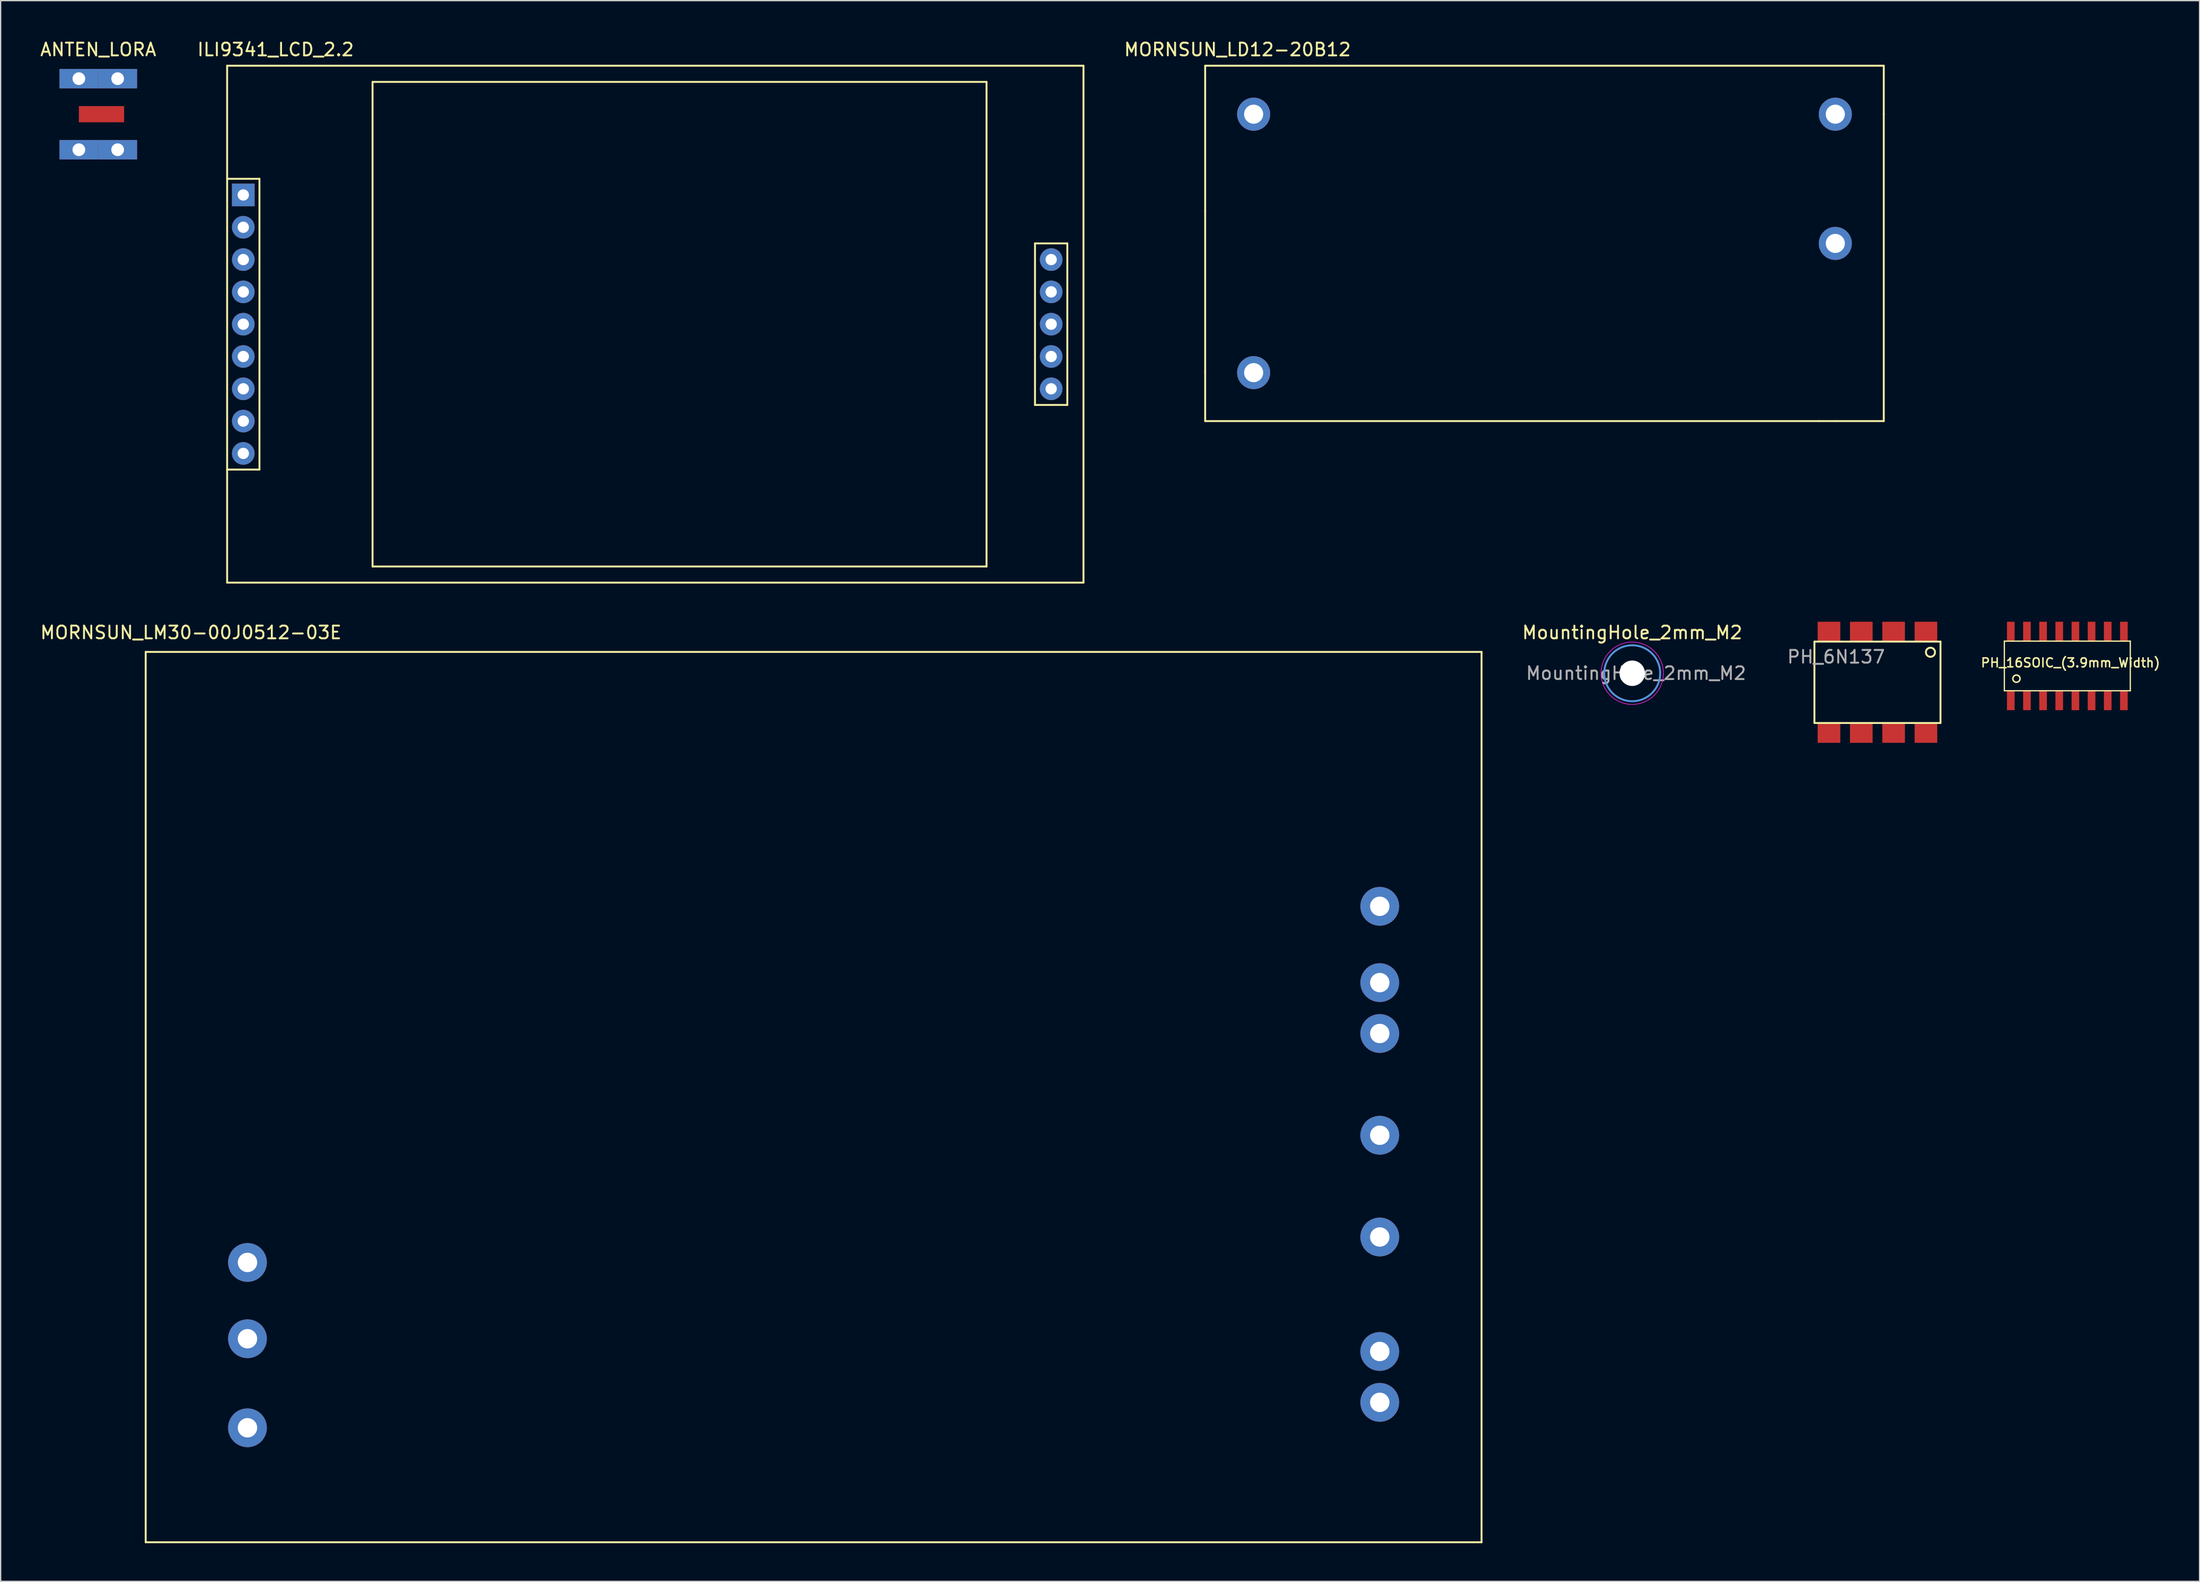
<source format=kicad_pcb>
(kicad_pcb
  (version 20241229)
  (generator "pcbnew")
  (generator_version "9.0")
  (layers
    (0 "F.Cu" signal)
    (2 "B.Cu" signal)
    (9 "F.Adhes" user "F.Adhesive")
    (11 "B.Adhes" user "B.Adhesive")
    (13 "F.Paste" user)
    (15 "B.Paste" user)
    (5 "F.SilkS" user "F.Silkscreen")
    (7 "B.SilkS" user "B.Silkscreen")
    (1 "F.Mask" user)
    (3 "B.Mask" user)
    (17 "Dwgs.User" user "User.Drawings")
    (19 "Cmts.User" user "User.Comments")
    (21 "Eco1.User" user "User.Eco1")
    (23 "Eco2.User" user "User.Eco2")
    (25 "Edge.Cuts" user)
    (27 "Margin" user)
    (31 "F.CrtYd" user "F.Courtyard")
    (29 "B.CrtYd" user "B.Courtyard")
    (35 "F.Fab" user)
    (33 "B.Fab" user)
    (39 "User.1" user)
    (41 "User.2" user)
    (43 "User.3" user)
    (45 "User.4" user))
  (footprint "ANTEN_LORA"
    (layer "F.Cu")
    (at 4.927 5.928)
    (property "Reference" "ANTEN_LORA" (at -0.254 -5.08 0) (layer "F.SilkS") (effects (font (size 1 1) (thickness 0.15))))
    (attr through_hole)
    (pad "1" smd rect (at 0 0) (size 3.556 1.27) (layers "F.Cu" "F.Mask" "F.Paste"))
    (pad "2" thru_hole rect (at -1.778 -2.794) (size 3.048 1.524) (drill 1) (layers "*.Cu" "*.Mask"))
    (pad "2" thru_hole rect (at -1.778 2.794) (size 3.048 1.524) (drill 1) (layers "*.Cu" "*.Mask"))
    (pad "2" thru_hole rect (at 1.27 -2.794) (size 3.048 1.524) (drill 1) (layers "*.Cu" "*.Mask"))
    (pad "2" thru_hole rect (at 1.27 2.794) (size 3.048 1.524) (drill 1) (layers "*.Cu" "*.Mask")))
  (footprint "MountingHole_2mm_M2"
    (layer "F.Cu")
    (at 125.245 49.882)
    (property "Reference" "MountingHole_2mm_M2" (at 0 -3.2 0) (layer "F.SilkS") (effects (font (size 1 1) (thickness 0.15))))
    (attr exclude_from_pos_files exclude_from_bom)
    (fp_circle (center 0 0) (end 2.2 0) (stroke (width 0.15) (type solid)) (fill no) (layer "Cmts.User"))
    (fp_circle (center 0 0) (end 2.45 0) (stroke (width 0.05) (type solid)) (fill no) (layer "F.CrtYd"))
    (fp_text user "${REFERENCE}" (at 0.3 0 0) (layer "F.Fab") (effects (font (size 1 1) (thickness 0.15))))
    (pad "" np_thru_hole circle (at 0 0) (size 2 2) (drill 2) (layers "*.Cu" "*.Mask")))
  (footprint "MORNSUN_LD12-20B12"
    (layer "F.Cu")
    (at 103.108 8.468)
    (property "Reference" "MORNSUN_LD12-20B12" (at -8.89 -7.62 0) (layer "F.SilkS") (effects (font (size 1 1) (thickness 0.15))))
    (attr through_hole)
    (fp_line (start -11.43 -6.35) (end -11.43 5.08) (stroke (width 0.15) (type solid)) (layer "F.SilkS"))
    (fp_line (start -11.43 5.08) (end -11.43 17.78) (stroke (width 0.15) (type solid)) (layer "F.SilkS"))
    (fp_line (start -11.43 17.78) (end -11.43 21.59) (stroke (width 0.15) (type solid)) (layer "F.SilkS"))
    (fp_line (start -11.43 21.59) (end 36.83 21.59) (stroke (width 0.15) (type solid)) (layer "F.SilkS"))
    (fp_line (start 36.83 21.59) (end 38.1 21.59) (stroke (width 0.15) (type solid)) (layer "F.SilkS"))
    (fp_line (start 38.1 21.59) (end 41.91 21.59) (stroke (width 0.15) (type solid)) (layer "F.SilkS"))
    (fp_line (start 41.91 -6.35) (end -11.43 -6.35) (stroke (width 0.15) (type solid)) (layer "F.SilkS"))
    (fp_line (start 41.91 -2.54) (end 41.91 -6.35) (stroke (width 0.15) (type solid)) (layer "F.SilkS"))
    (fp_line (start 41.91 21.59) (end 41.91 -2.54) (stroke (width 0.15) (type solid)) (layer "F.SilkS"))
    (pad "1" thru_hole circle (at -7.62 -2.54) (size 2.6 2.6) (drill 1.5) (layers "*.Cu" "*.Mask"))
    (pad "2" thru_hole circle (at -7.62 17.78) (size 2.6 2.6) (drill 1.5) (layers "*.Cu" "*.Mask"))
    (pad "3" thru_hole circle (at 38.1 -2.54) (size 2.6 2.6) (drill 1.5) (layers "*.Cu" "*.Mask"))
    (pad "4" thru_hole circle (at 38.1 7.62) (size 2.6 2.6) (drill 1.5) (layers "*.Cu" "*.Mask")))
  (footprint "PH_6N137"
    (layer "F.Cu")
    (at 144.521 50.593)
    (property "Reference" "PH_6N137" (at -3.25 -2 0) (layer "F.Fab") (effects (font (size 1 1) (thickness 0.15))))
    (attr through_hole)
    (fp_line (start -4.955 -3.2) (end 4.955 -3.2) (stroke (width 0.15) (type solid)) (layer "F.SilkS"))
    (fp_line (start -4.955 3.2) (end -4.955 -3.2) (stroke (width 0.15) (type solid)) (layer "F.SilkS"))
    (fp_line (start 4.955 -3.2) (end 4.955 3.2) (stroke (width 0.15) (type solid)) (layer "F.SilkS"))
    (fp_line (start 4.955 3.2) (end -4.955 3.2) (stroke (width 0.15) (type solid)) (layer "F.SilkS"))
    (fp_circle (center 4.166 -2.362) (end 4.42 -2.108) (stroke (width 0.15) (type solid)) (fill no) (layer "F.SilkS"))
    (pad "1" smd rect (at 3.81 -4) (size 1.78 1.52) (layers "F.Cu" "F.Mask" "F.Paste"))
    (pad "2" smd rect (at 1.27 -4) (size 1.78 1.52) (layers "F.Cu" "F.Mask" "F.Paste"))
    (pad "3" smd rect (at -1.27 -4) (size 1.78 1.52) (layers "F.Cu" "F.Mask" "F.Paste"))
    (pad "4" smd rect (at -3.81 -4) (size 1.78 1.52) (layers "F.Cu" "F.Mask" "F.Paste"))
    (pad "5" smd rect (at -3.81 4) (size 1.78 1.52) (layers "F.Cu" "F.Mask" "F.Paste"))
    (pad "6" smd rect (at -1.27 4) (size 1.78 1.52) (layers "F.Cu" "F.Mask" "F.Paste"))
    (pad "7" smd rect (at 1.27 4) (size 1.78 1.52) (layers "F.Cu" "F.Mask" "F.Paste"))
    (pad "8" smd rect (at 3.81 4) (size 1.78 1.52) (layers "F.Cu" "F.Mask" "F.Paste")))
  (footprint "MORNSUN_LM30-00J0512-03E"
    (layer "F.Cu")
    (at 54.884 89.353)
    (property "Reference" "MORNSUN_LM30-00J0512-03E" (at -42.926 -42.672 0) (layer "F.SilkS") (effects (font (size 1 1) (thickness 0.15))))
    (attr through_hole)
    (fp_line (start -46.482 -41.148) (end -46.482 28.852) (stroke (width 0.15) (type solid)) (layer "F.SilkS"))
    (fp_line (start -46.482 -41.148) (end 58.518 -41.148) (stroke (width 0.15) (type solid)) (layer "F.SilkS"))
    (fp_line (start -46.482 28.852) (end 58.518 28.852) (stroke (width 0.15) (type solid)) (layer "F.SilkS"))
    (fp_line (start 58.518 -41.148) (end 58.518 28.852) (stroke (width 0.15) (type solid)) (layer "F.SilkS"))
    (pad "1" thru_hole circle (at -38.482 6.852) (size 3.048 3.048) (drill 1.524) (layers "*.Cu" "*.Mask"))
    (pad "2" thru_hole circle (at -38.482 12.852) (size 3.048 3.048) (drill 1.524) (layers "*.Cu" "*.Mask"))
    (pad "3" thru_hole circle (at -38.482 19.852) (size 3.048 3.048) (drill 1.524) (layers "*.Cu" "*.Mask"))
    (pad "4" thru_hole circle (at 50.518 -21.148) (size 3.048 3.048) (drill 1.524) (layers "*.Cu" "*.Mask"))
    (pad "5" thru_hole circle (at 50.518 -15.148) (size 3.048 3.048) (drill 1.524) (layers "*.Cu" "*.Mask"))
    (pad "6" thru_hole circle (at 50.518 -11.148) (size 3.048 3.048) (drill 1.524) (layers "*.Cu" "*.Mask"))
    (pad "7" thru_hole circle (at 50.518 -3.148) (size 3.048 3.048) (drill 1.524) (layers "*.Cu" "*.Mask"))
    (pad "8" thru_hole circle (at 50.518 4.852) (size 3.048 3.048) (drill 1.524) (layers "*.Cu" "*.Mask"))
    (pad "9" thru_hole circle (at 50.518 13.852) (size 3.048 3.048) (drill 1.524) (layers "*.Cu" "*.Mask"))
    (pad "10" thru_hole circle (at 50.518 17.852) (size 3.048 3.048) (drill 1.524) (layers "*.Cu" "*.Mask")))
  (footprint "PH_16SOIC_(3.9mm_Width)"
    (layer "F.Cu")
    (at 159.445 49.308)
    (property "Reference" "PH_16SOIC_(3.9mm_Width)" (at 0.25 -0.25 0) (layer "F.SilkS") (effects (font (size 0.7 0.7) (thickness 0.12))))
    (attr through_hole)
    (fp_line (start -4.95 -1.95) (end -4.95 1.95) (stroke (width 0.1) (type solid)) (layer "F.SilkS"))
    (fp_line (start -4.95 -1.95) (end 4.95 -1.95) (stroke (width 0.1) (type solid)) (layer "F.SilkS"))
    (fp_line (start 4.95 -1.95) (end 4.95 1.95) (stroke (width 0.1) (type solid)) (layer "F.SilkS"))
    (fp_line (start 4.95 1.95) (end -4.95 1.95) (stroke (width 0.1) (type solid)) (layer "F.SilkS"))
    (fp_circle (center -4 1) (end -3.8 1.2) (stroke (width 0.12) (type solid)) (fill no) (layer "F.SilkS"))
    (fp_text user "" (at 0 0 0) (layer "F.Fab") (effects (font (size 0.7 0.7) (thickness 0.12))))
    (pad "1" smd rect (at -4.445 2.7) (size 0.6 1.55) (layers "F.Cu" "F.Mask" "F.Paste"))
    (pad "2" smd rect (at -3.175 2.7) (size 0.6 1.55) (layers "F.Cu" "F.Mask" "F.Paste"))
    (pad "3" smd rect (at -1.905 2.7) (size 0.6 1.55) (layers "F.Cu" "F.Mask" "F.Paste"))
    (pad "4" smd rect (at -0.635 2.7) (size 0.6 1.55) (layers "F.Cu" "F.Mask" "F.Paste"))
    (pad "5" smd rect (at 0.635 2.7) (size 0.6 1.55) (layers "F.Cu" "F.Mask" "F.Paste"))
    (pad "6" smd rect (at 1.905 2.7) (size 0.6 1.55) (layers "F.Cu" "F.Mask" "F.Paste"))
    (pad "7" smd rect (at 3.175 2.7) (size 0.6 1.55) (layers "F.Cu" "F.Mask" "F.Paste"))
    (pad "8" smd rect (at 4.445 2.7) (size 0.6 1.55) (layers "F.Cu" "F.Mask" "F.Paste"))
    (pad "9" smd rect (at 4.445 -2.7) (size 0.6 1.55) (layers "F.Cu" "F.Mask" "F.Paste"))
    (pad "10" smd rect (at 3.175 -2.7) (size 0.6 1.55) (layers "F.Cu" "F.Mask" "F.Paste"))
    (pad "11" smd rect (at 1.905 -2.7) (size 0.6 1.55) (layers "F.Cu" "F.Mask" "F.Paste"))
    (pad "12" smd rect (at 0.635 -2.7) (size 0.6 1.55) (layers "F.Cu" "F.Mask" "F.Paste"))
    (pad "13" smd rect (at -0.635 -2.7) (size 0.6 1.55) (layers "F.Cu" "F.Mask" "F.Paste"))
    (pad "14" smd rect (at -1.905 -2.7) (size 0.6 1.55) (layers "F.Cu" "F.Mask" "F.Paste"))
    (pad "15" smd rect (at -3.175 -2.7) (size 0.6 1.55) (layers "F.Cu" "F.Mask" "F.Paste"))
    (pad "16" smd rect (at -4.445 -2.7) (size 0.6 1.55) (layers "F.Cu" "F.Mask" "F.Paste")))
  (footprint "ILI9341_LCD_2.2"
    (layer "F.Cu")
    (at 21.153 17.358)
    (property "Reference" "ILI9341_LCD_2.2" (at -2.54 -16.51 0) (layer "F.SilkS") (effects (font (size 1 1) (thickness 0.15))))
    (attr through_hole)
    (fp_line (start -6.35 -15.24) (end -6.35 25.4) (stroke (width 0.15) (type solid)) (layer "F.SilkS"))
    (fp_line (start -6.35 -6.35) (end -3.81 -6.35) (stroke (width 0.15) (type solid)) (layer "F.SilkS"))
    (fp_line (start -6.35 25.4) (end 60.96 25.4) (stroke (width 0.15) (type solid)) (layer "F.SilkS"))
    (fp_line (start -3.81 -6.35) (end -3.81 16.51) (stroke (width 0.15) (type solid)) (layer "F.SilkS"))
    (fp_line (start -3.81 16.51) (end -6.35 16.51) (stroke (width 0.15) (type solid)) (layer "F.SilkS"))
    (fp_line (start 5.08 -13.97) (end 5.08 24.13) (stroke (width 0.15) (type solid)) (layer "F.SilkS"))
    (fp_line (start 5.08 24.13) (end 53.34 24.13) (stroke (width 0.15) (type solid)) (layer "F.SilkS"))
    (fp_line (start 53.34 -13.97) (end 5.08 -13.97) (stroke (width 0.15) (type solid)) (layer "F.SilkS"))
    (fp_line (start 53.34 24.13) (end 53.34 -13.97) (stroke (width 0.15) (type solid)) (layer "F.SilkS"))
    (fp_line (start 57.15 -1.27) (end 59.69 -1.27) (stroke (width 0.15) (type solid)) (layer "F.SilkS"))
    (fp_line (start 57.15 11.43) (end 57.15 -1.27) (stroke (width 0.15) (type solid)) (layer "F.SilkS"))
    (fp_line (start 59.69 -1.27) (end 59.69 11.43) (stroke (width 0.15) (type solid)) (layer "F.SilkS"))
    (fp_line (start 59.69 11.43) (end 57.15 11.43) (stroke (width 0.15) (type solid)) (layer "F.SilkS"))
    (fp_line (start 60.96 -15.24) (end -6.35 -15.24) (stroke (width 0.15) (type solid)) (layer "F.SilkS"))
    (fp_line (start 60.96 25.4) (end 60.96 -15.24) (stroke (width 0.15) (type solid)) (layer "F.SilkS"))
    (pad "1" thru_hole rect (at -5.08 -5.08) (size 1.778 1.778) (drill 0.889) (layers "*.Cu" "*.Mask"))
    (pad "2" thru_hole circle (at -5.08 -2.54) (size 1.778 1.778) (drill 0.889) (layers "*.Cu" "*.Mask"))
    (pad "3" thru_hole circle (at -5.08 0) (size 1.778 1.778) (drill 0.889) (layers "*.Cu" "*.Mask"))
    (pad "4" thru_hole circle (at -5.08 2.54) (size 1.778 1.778) (drill 0.889) (layers "*.Cu" "*.Mask"))
    (pad "5" thru_hole circle (at -5.08 5.08) (size 1.778 1.778) (drill 0.889) (layers "*.Cu" "*.Mask"))
    (pad "6" thru_hole circle (at -5.08 7.62) (size 1.778 1.778) (drill 0.889) (layers "*.Cu" "*.Mask"))
    (pad "7" thru_hole circle (at -5.08 10.16) (size 1.778 1.778) (drill 0.889) (layers "*.Cu" "*.Mask"))
    (pad "8" thru_hole circle (at -5.08 12.7) (size 1.778 1.778) (drill 0.889) (layers "*.Cu" "*.Mask"))
    (pad "9" thru_hole circle (at -5.08 15.24) (size 1.778 1.778) (drill 0.889) (layers "*.Cu" "*.Mask"))
    (pad "10" thru_hole circle (at 58.42 0) (size 1.778 1.778) (drill 0.889) (layers "*.Cu" "*.Mask"))
    (pad "11" thru_hole circle (at 58.42 2.54) (size 1.778 1.778) (drill 0.889) (layers "*.Cu" "*.Mask"))
    (pad "12" thru_hole circle (at 58.42 5.08) (size 1.778 1.778) (drill 0.889) (layers "*.Cu" "*.Mask"))
    (pad "13" thru_hole circle (at 58.42 7.62) (size 1.778 1.778) (drill 0.889) (layers "*.Cu" "*.Mask"))
    (pad "14" thru_hole circle (at 58.42 10.16) (size 1.778 1.778) (drill 0.889) (layers "*.Cu" "*.Mask")))
  (gr_rect
    (start -3 -3)
    (end 169.838 121.281)
    (stroke (width 0.1) (type default))
    (fill no)
    (layer "Edge.Cuts")))
</source>
